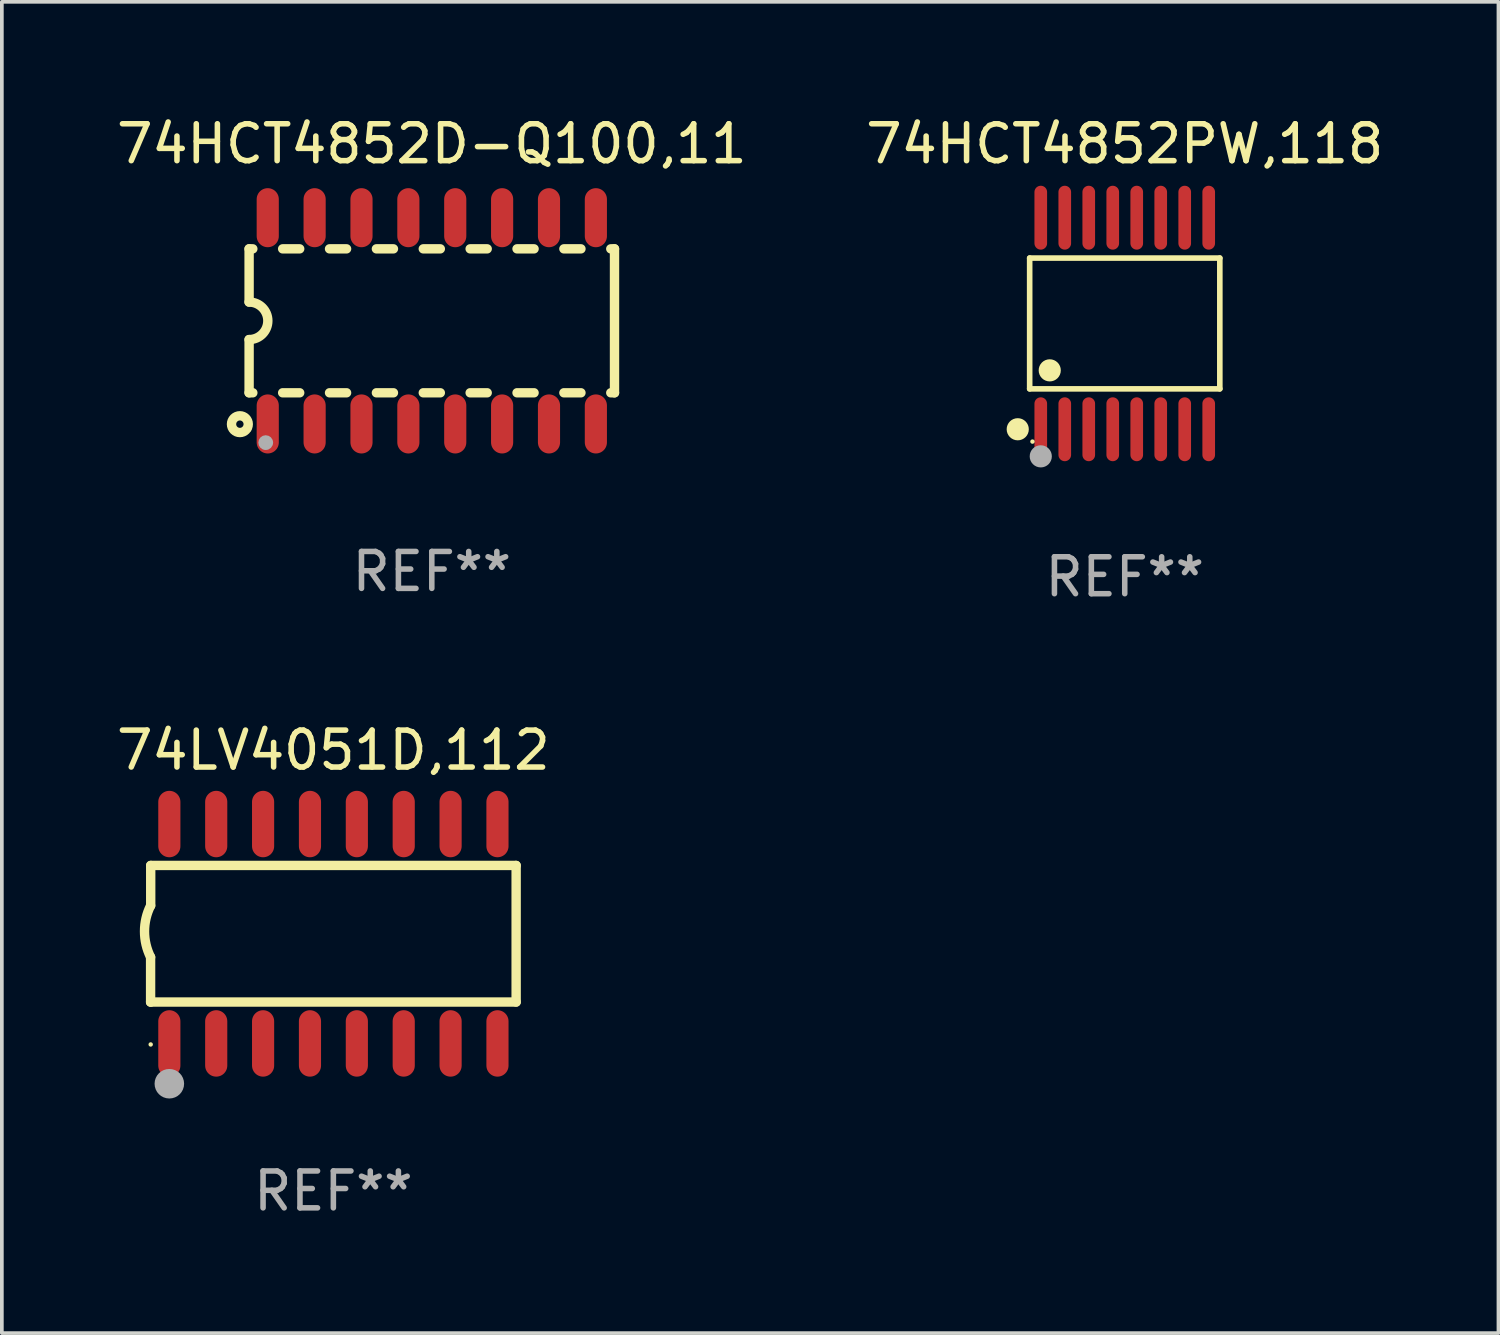
<source format=kicad_pcb>
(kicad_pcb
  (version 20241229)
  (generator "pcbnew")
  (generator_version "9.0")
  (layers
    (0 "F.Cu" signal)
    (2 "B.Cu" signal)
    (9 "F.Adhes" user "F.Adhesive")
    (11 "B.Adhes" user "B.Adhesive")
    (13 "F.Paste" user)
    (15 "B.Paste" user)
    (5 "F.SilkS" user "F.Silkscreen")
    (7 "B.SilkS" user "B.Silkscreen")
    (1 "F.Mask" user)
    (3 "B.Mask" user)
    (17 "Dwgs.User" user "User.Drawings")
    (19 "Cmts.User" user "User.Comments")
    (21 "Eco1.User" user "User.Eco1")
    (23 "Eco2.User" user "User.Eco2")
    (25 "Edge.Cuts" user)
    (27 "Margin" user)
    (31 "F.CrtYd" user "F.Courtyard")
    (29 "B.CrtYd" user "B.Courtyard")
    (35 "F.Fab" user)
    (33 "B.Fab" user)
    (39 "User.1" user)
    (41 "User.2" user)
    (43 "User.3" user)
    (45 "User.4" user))
  (footprint "74HCT4852D-Q100,11"
    (layer "F.Cu")
    (at 8.649 5.642)
    (property "Reference" "74HCT4852D-Q100,11" (at 0 -4.794 0) (layer "F.SilkS") (effects (font (size 1 1) (thickness 0.15))))
    (attr through_hole)
    (fp_line (start -4.95 -1.95) (end -4.95 -0.508) (stroke (width 0.254) (type solid)) (layer "F.SilkS"))
    (fp_line (start -4.95 -1.95) (end -4.849 -1.95) (stroke (width 0.254) (type solid)) (layer "F.SilkS"))
    (fp_line (start -4.95 1.95) (end -4.95 0.508) (stroke (width 0.254) (type solid)) (layer "F.SilkS"))
    (fp_line (start -4.95 1.95) (end -4.849 1.95) (stroke (width 0.254) (type solid)) (layer "F.SilkS"))
    (fp_line (start -4.041 -1.95) (end -3.579 -1.95) (stroke (width 0.254) (type solid)) (layer "F.SilkS"))
    (fp_line (start -4.041 1.95) (end -3.579 1.95) (stroke (width 0.254) (type solid)) (layer "F.SilkS"))
    (fp_line (start -2.771 -1.95) (end -2.309 -1.95) (stroke (width 0.254) (type solid)) (layer "F.SilkS"))
    (fp_line (start -2.771 1.95) (end -2.309 1.95) (stroke (width 0.254) (type solid)) (layer "F.SilkS"))
    (fp_line (start -1.501 -1.95) (end -1.039 -1.95) (stroke (width 0.254) (type solid)) (layer "F.SilkS"))
    (fp_line (start -1.501 1.95) (end -1.039 1.95) (stroke (width 0.254) (type solid)) (layer "F.SilkS"))
    (fp_line (start -0.231 -1.95) (end 0.231 -1.95) (stroke (width 0.254) (type solid)) (layer "F.SilkS"))
    (fp_line (start -0.231 1.95) (end 0.231 1.95) (stroke (width 0.254) (type solid)) (layer "F.SilkS"))
    (fp_line (start 1.039 -1.95) (end 1.501 -1.95) (stroke (width 0.254) (type solid)) (layer "F.SilkS"))
    (fp_line (start 1.039 1.95) (end 1.501 1.95) (stroke (width 0.254) (type solid)) (layer "F.SilkS"))
    (fp_line (start 2.309 -1.95) (end 2.771 -1.95) (stroke (width 0.254) (type solid)) (layer "F.SilkS"))
    (fp_line (start 2.309 1.95) (end 2.771 1.95) (stroke (width 0.254) (type solid)) (layer "F.SilkS"))
    (fp_line (start 3.579 -1.95) (end 4.041 -1.95) (stroke (width 0.254) (type solid)) (layer "F.SilkS"))
    (fp_line (start 3.579 1.95) (end 4.041 1.95) (stroke (width 0.254) (type solid)) (layer "F.SilkS"))
    (fp_line (start 4.849 -1.95) (end 4.95 -1.95) (stroke (width 0.254) (type solid)) (layer "F.SilkS"))
    (fp_line (start 4.849 1.95) (end 4.95 1.95) (stroke (width 0.254) (type solid)) (layer "F.SilkS"))
    (fp_line (start 4.95 -1.95) (end 4.95 1.95) (stroke (width 0.254) (type solid)) (layer "F.SilkS"))
    (fp_arc (start -4.95047 -0.508001) (mid -4.442469 -0.000228) (end -4.950013 0.508001) (stroke (width 0.254001) (type solid)) (layer "F.SilkS"))
    (fp_circle (center -5.2 2.8) (end -5.1 2.8) (stroke (width 0.254) (type solid)) (fill no) (layer "F.SilkS"))
    (fp_circle (center -4.95 2.947) (end -4.92 2.947) (stroke (width 0.06) (type solid)) (fill no) (layer "F.SilkS"))
    (fp_circle (center -4.5 3.3) (end -4.4 3.3) (stroke (width 0.2) (type solid)) (fill no) (layer "F.Fab"))
    (fp_text user "REF**" (at 0 6.794 0) (layer "F.Fab") (effects (font (size 1 1) (thickness 0.15))))
    (pad "1" smd oval (at -4.445 2.794) (size 0.6 1.6) (layers "F.Cu" "F.Mask" "F.Paste"))
    (pad "2" smd oval (at -3.175 2.794) (size 0.6 1.6) (layers "F.Cu" "F.Mask" "F.Paste"))
    (pad "3" smd oval (at -1.905 2.794) (size 0.6 1.6) (layers "F.Cu" "F.Mask" "F.Paste"))
    (pad "4" smd oval (at -0.635 2.794) (size 0.6 1.6) (layers "F.Cu" "F.Mask" "F.Paste"))
    (pad "5" smd oval (at 0.635 2.794) (size 0.6 1.6) (layers "F.Cu" "F.Mask" "F.Paste"))
    (pad "6" smd oval (at 1.905 2.794) (size 0.6 1.6) (layers "F.Cu" "F.Mask" "F.Paste"))
    (pad "7" smd oval (at 3.175 2.794) (size 0.6 1.6) (layers "F.Cu" "F.Mask" "F.Paste"))
    (pad "8" smd oval (at 4.445 2.794) (size 0.6 1.6) (layers "F.Cu" "F.Mask" "F.Paste"))
    (pad "9" smd oval (at 4.445 -2.794) (size 0.6 1.6) (layers "F.Cu" "F.Mask" "F.Paste"))
    (pad "10" smd oval (at 3.175 -2.794) (size 0.6 1.6) (layers "F.Cu" "F.Mask" "F.Paste"))
    (pad "11" smd oval (at 1.905 -2.794) (size 0.6 1.6) (layers "F.Cu" "F.Mask" "F.Paste"))
    (pad "12" smd oval (at 0.635 -2.794) (size 0.6 1.6) (layers "F.Cu" "F.Mask" "F.Paste"))
    (pad "13" smd oval (at -0.635 -2.794) (size 0.6 1.6) (layers "F.Cu" "F.Mask" "F.Paste"))
    (pad "14" smd oval (at -1.905 -2.794) (size 0.6 1.6) (layers "F.Cu" "F.Mask" "F.Paste"))
    (pad "15" smd oval (at -3.175 -2.794) (size 0.6 1.6) (layers "F.Cu" "F.Mask" "F.Paste"))
    (pad "16" smd oval (at -4.445 -2.794) (size 0.6 1.6) (layers "F.Cu" "F.Mask" "F.Paste")))
  (footprint "74LV4051D,112"
    (layer "F.Cu")
    (at 5.982 22.248)
    (property "Reference" "74LV4051D,112" (at 0 -4.972 0) (layer "F.SilkS") (effects (font (size 1 1) (thickness 0.15))))
    (attr through_hole)
    (fp_line (start -4.952 0.635) (end -4.952 1.85) (stroke (width 0.254) (type solid)) (layer "F.SilkS"))
    (fp_line (start -4.952 1.85) (end -4.949 1.85) (stroke (width 0.254) (type solid)) (layer "F.SilkS"))
    (fp_line (start -4.949 -1.85) (end -4.949 -0.762) (stroke (width 0.254) (type solid)) (layer "F.SilkS"))
    (fp_line (start -4.949 1.85) (end 4.952 1.85) (stroke (width 0.254) (type solid)) (layer "F.SilkS"))
    (fp_line (start 4.952 -1.85) (end -4.949 -1.85) (stroke (width 0.254) (type solid)) (layer "F.SilkS"))
    (fp_line (start 4.952 1.85) (end 4.952 -1.85) (stroke (width 0.254) (type solid)) (layer "F.SilkS"))
    (fp_arc (start -4.951524 0.635001) (mid -5.116418 -0.0635) (end -4.951524 -0.762002) (stroke (width 0.254001) (type solid)) (layer "F.SilkS"))
    (fp_circle (center -4.949 3) (end -4.919 3) (stroke (width 0.06) (type solid)) (fill no) (layer "F.SilkS"))
    (fp_circle (center -4.444 4.064) (end -4.244 4.064) (stroke (width 0.4) (type solid)) (fill no) (layer "F.Fab"))
    (fp_text user "REF**" (at 0 6.972 0) (layer "F.Fab") (effects (font (size 1 1) (thickness 0.15))))
    (pad "1" smd oval (at -4.444 2.972 180) (size 0.6 1.8) (layers "F.Cu" "F.Mask" "F.Paste"))
    (pad "2" smd oval (at -3.174 2.972 180) (size 0.6 1.8) (layers "F.Cu" "F.Mask" "F.Paste"))
    (pad "3" smd oval (at -1.904 2.972 180) (size 0.6 1.8) (layers "F.Cu" "F.Mask" "F.Paste"))
    (pad "4" smd oval (at -0.634 2.972 180) (size 0.6 1.8) (layers "F.Cu" "F.Mask" "F.Paste"))
    (pad "5" smd oval (at 0.636 2.972 180) (size 0.6 1.8) (layers "F.Cu" "F.Mask" "F.Paste"))
    (pad "6" smd oval (at 1.906 2.972 180) (size 0.6 1.8) (layers "F.Cu" "F.Mask" "F.Paste"))
    (pad "7" smd oval (at 3.176 2.972 180) (size 0.6 1.8) (layers "F.Cu" "F.Mask" "F.Paste"))
    (pad "8" smd oval (at 4.446 2.972 180) (size 0.6 1.8) (layers "F.Cu" "F.Mask" "F.Paste"))
    (pad "9" smd oval (at 4.446 -2.972 180) (size 0.6 1.8) (layers "F.Cu" "F.Mask" "F.Paste"))
    (pad "10" smd oval (at 3.176 -2.972 180) (size 0.6 1.8) (layers "F.Cu" "F.Mask" "F.Paste"))
    (pad "11" smd oval (at 1.906 -2.972 180) (size 0.6 1.8) (layers "F.Cu" "F.Mask" "F.Paste"))
    (pad "12" smd oval (at 0.636 -2.972 180) (size 0.6 1.8) (layers "F.Cu" "F.Mask" "F.Paste"))
    (pad "13" smd oval (at -0.634 -2.972 180) (size 0.6 1.8) (layers "F.Cu" "F.Mask" "F.Paste"))
    (pad "14" smd oval (at -1.904 -2.972 180) (size 0.6 1.8) (layers "F.Cu" "F.Mask" "F.Paste"))
    (pad "15" smd oval (at -3.174 -2.972 180) (size 0.6 1.8) (layers "F.Cu" "F.Mask" "F.Paste"))
    (pad "16" smd oval (at -4.444 -2.972 180) (size 0.6 1.8) (layers "F.Cu" "F.Mask" "F.Paste")))
  (footprint "74HCT4852PW,118"
    (layer "F.Cu")
    (at 27.423 5.714)
    (property "Reference" "74HCT4852PW,118" (at 0 -4.866 0) (layer "F.SilkS") (effects (font (size 1 1) (thickness 0.15))))
    (attr through_hole)
    (fp_line (start -2.576 -1.772) (end 2.576 -1.772) (stroke (width 0.152) (type solid)) (layer "F.SilkS"))
    (fp_line (start -2.576 1.771) (end -2.576 -1.772) (stroke (width 0.152) (type solid)) (layer "F.SilkS"))
    (fp_line (start 2.576 -1.772) (end 2.576 1.771) (stroke (width 0.152) (type solid)) (layer "F.SilkS"))
    (fp_line (start 2.576 1.771) (end -2.576 1.771) (stroke (width 0.152) (type solid)) (layer "F.SilkS"))
    (fp_circle (center -2.899 2.866) (end -2.749 2.866) (stroke (width 0.3) (type solid)) (fill no) (layer "F.SilkS"))
    (fp_circle (center -2.5 3.2) (end -2.47 3.2) (stroke (width 0.06) (type solid)) (fill no) (layer "F.SilkS"))
    (fp_circle (center -2.032 1.27) (end -1.882 1.27) (stroke (width 0.3) (type solid)) (fill no) (layer "F.SilkS"))
    (fp_circle (center -2.275 3.6) (end -2.125 3.6) (stroke (width 0.3) (type solid)) (fill no) (layer "F.Fab"))
    (fp_text user "REF**" (at 0 6.866 0) (layer "F.Fab") (effects (font (size 1 1) (thickness 0.15))))
    (pad "1" smd oval (at -2.275 2.866) (size 0.343 1.731) (layers "F.Cu" "F.Mask" "F.Paste"))
    (pad "2" smd oval (at -1.625 2.866) (size 0.343 1.731) (layers "F.Cu" "F.Mask" "F.Paste"))
    (pad "3" smd oval (at -0.975 2.866) (size 0.343 1.731) (layers "F.Cu" "F.Mask" "F.Paste"))
    (pad "4" smd oval (at -0.325 2.866) (size 0.343 1.731) (layers "F.Cu" "F.Mask" "F.Paste"))
    (pad "5" smd oval (at 0.325 2.866) (size 0.343 1.731) (layers "F.Cu" "F.Mask" "F.Paste"))
    (pad "6" smd oval (at 0.975 2.866) (size 0.343 1.731) (layers "F.Cu" "F.Mask" "F.Paste"))
    (pad "7" smd oval (at 1.625 2.866) (size 0.343 1.731) (layers "F.Cu" "F.Mask" "F.Paste"))
    (pad "8" smd oval (at 2.275 2.866) (size 0.343 1.731) (layers "F.Cu" "F.Mask" "F.Paste"))
    (pad "9" smd oval (at 2.275 -2.866) (size 0.343 1.731) (layers "F.Cu" "F.Mask" "F.Paste"))
    (pad "10" smd oval (at 1.625 -2.866) (size 0.343 1.731) (layers "F.Cu" "F.Mask" "F.Paste"))
    (pad "11" smd oval (at 0.975 -2.866) (size 0.343 1.731) (layers "F.Cu" "F.Mask" "F.Paste"))
    (pad "12" smd oval (at 0.325 -2.866) (size 0.343 1.731) (layers "F.Cu" "F.Mask" "F.Paste"))
    (pad "13" smd oval (at -0.325 -2.866) (size 0.343 1.731) (layers "F.Cu" "F.Mask" "F.Paste"))
    (pad "14" smd oval (at -0.975 -2.866) (size 0.343 1.731) (layers "F.Cu" "F.Mask" "F.Paste"))
    (pad "15" smd oval (at -1.625 -2.866) (size 0.343 1.731) (layers "F.Cu" "F.Mask" "F.Paste"))
    (pad "16" smd oval (at -2.275 -2.866) (size 0.343 1.731) (layers "F.Cu" "F.Mask" "F.Paste")))
  (gr_rect
    (start -3 -3)
    (end 37.548 33.068)
    (stroke (width 0.1) (type default))
    (fill no)
    (layer "Edge.Cuts")))
</source>
